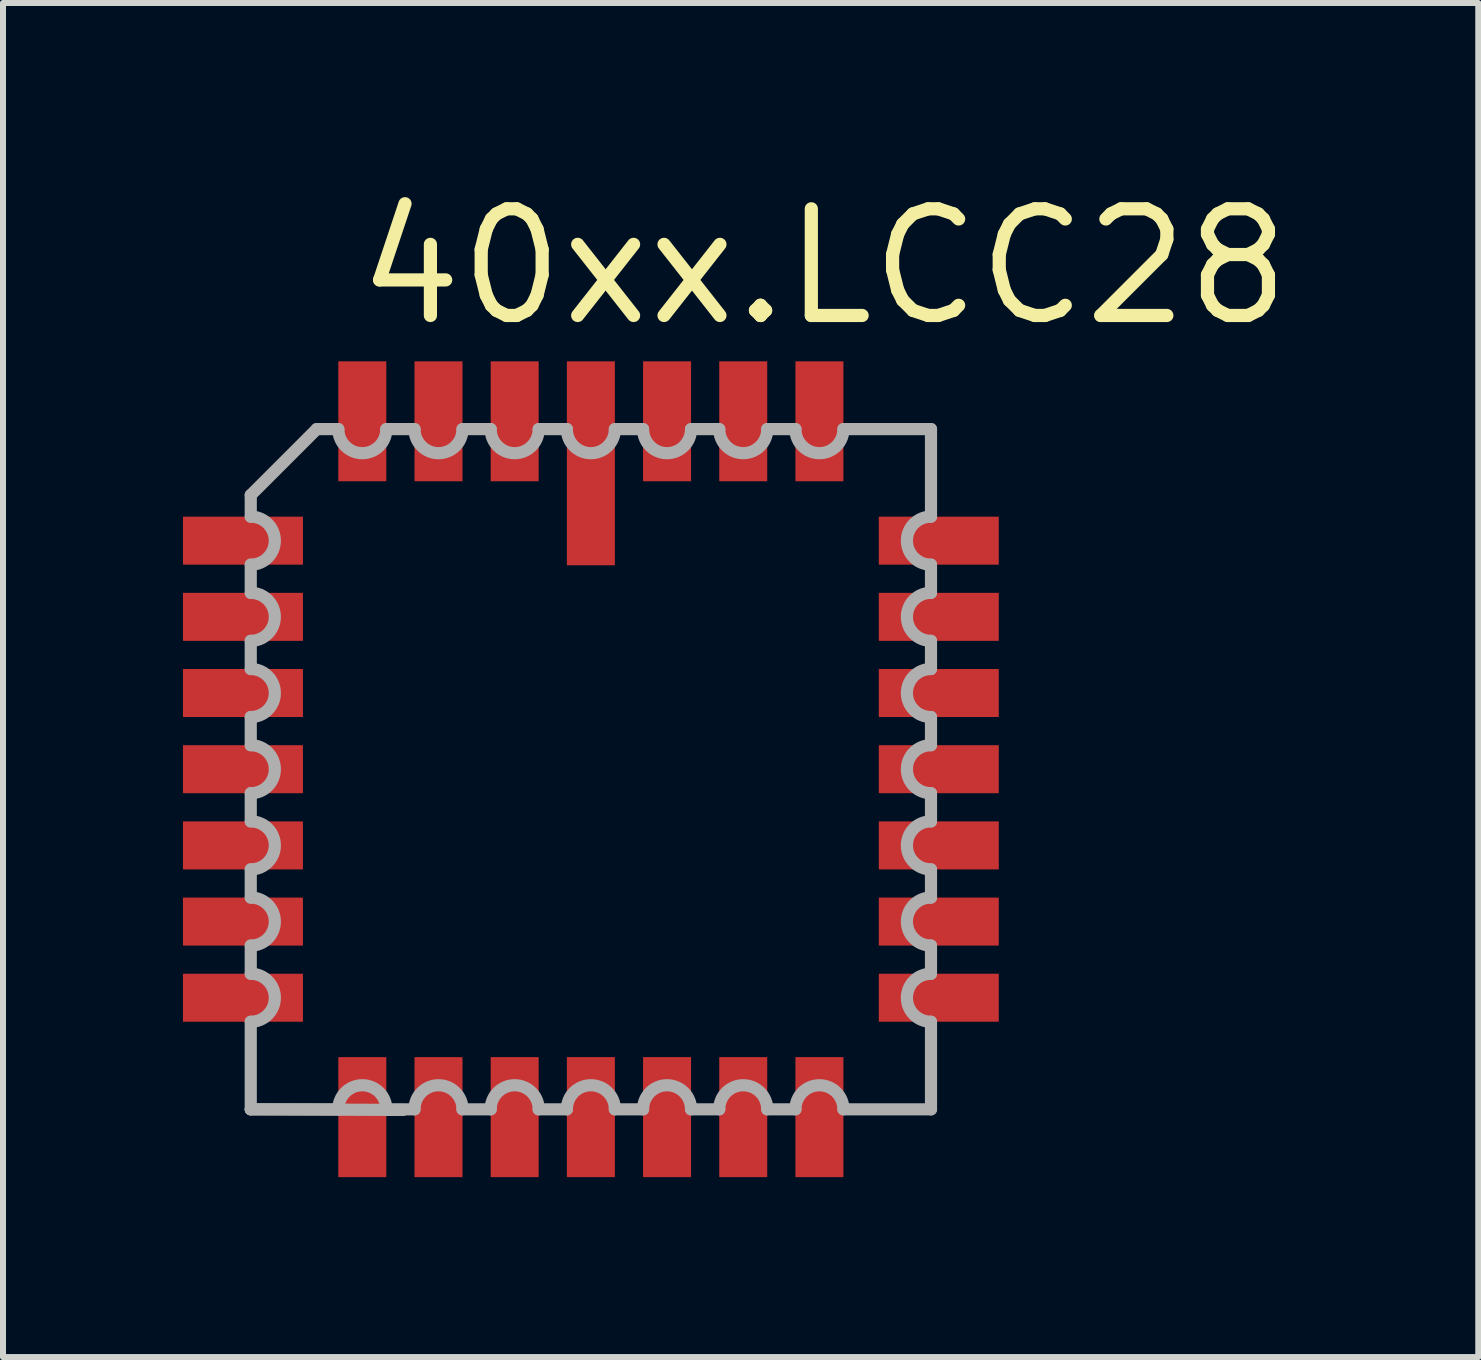
<source format=kicad_pcb>
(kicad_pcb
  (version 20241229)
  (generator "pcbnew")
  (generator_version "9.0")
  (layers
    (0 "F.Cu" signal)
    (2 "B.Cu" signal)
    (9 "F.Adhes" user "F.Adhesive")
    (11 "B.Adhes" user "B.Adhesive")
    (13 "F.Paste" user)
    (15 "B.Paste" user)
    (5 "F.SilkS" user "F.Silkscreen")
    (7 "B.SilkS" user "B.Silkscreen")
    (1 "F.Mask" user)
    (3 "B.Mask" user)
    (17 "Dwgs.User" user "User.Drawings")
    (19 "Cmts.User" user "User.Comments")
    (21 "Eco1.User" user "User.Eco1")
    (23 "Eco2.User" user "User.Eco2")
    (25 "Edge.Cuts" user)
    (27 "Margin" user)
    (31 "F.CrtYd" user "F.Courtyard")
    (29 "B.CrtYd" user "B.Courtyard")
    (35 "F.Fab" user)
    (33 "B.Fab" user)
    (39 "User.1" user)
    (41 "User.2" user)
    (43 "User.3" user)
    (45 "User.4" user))
  (footprint "40xx.LCC28"
    (layer "F.Cu")
    (at 6.8 9.773)
    (property "Reference" "40xx.LCC28" (at -4.005 -7.335 0) (layer "F.SilkS") (effects (font (size 1.778 1.778) (thickness 0.22)) (justify left bottom)))
    (attr smd)
    (fp_line (start -5.67 -4.57) (end -5.67 -4.21) (stroke (width 0.203) (type default)) (layer "F.Fab"))
    (fp_line (start -5.67 -3.41) (end -5.67 -2.94) (stroke (width 0.203) (type default)) (layer "F.Fab"))
    (fp_line (start -5.67 -2.14) (end -5.67 -1.67) (stroke (width 0.203) (type default)) (layer "F.Fab"))
    (fp_line (start -5.67 -0.87) (end -5.67 -0.4) (stroke (width 0.203) (type default)) (layer "F.Fab"))
    (fp_line (start -5.67 0.4) (end -5.67 0.87) (stroke (width 0.203) (type default)) (layer "F.Fab"))
    (fp_line (start -5.67 1.67) (end -5.67 2.14) (stroke (width 0.203) (type default)) (layer "F.Fab"))
    (fp_line (start -5.67 2.94) (end -5.67 3.41) (stroke (width 0.203) (type default)) (layer "F.Fab"))
    (fp_line (start -5.67 4.21) (end -5.67 5.67) (stroke (width 0.203) (type default)) (layer "F.Fab"))
    (fp_line (start -5.67 5.67) (end -4.21 5.67) (stroke (width 0.203) (type default)) (layer "F.Fab"))
    (fp_line (start -5.67 5.67) (end -3.13 5.68) (stroke (width 0.203) (type default)) (layer "F.Fab"))
    (fp_line (start -4.57 -5.67) (end -5.67 -4.57) (stroke (width 0.203) (type default)) (layer "F.Fab"))
    (fp_line (start -4.21 -5.67) (end -4.57 -5.67) (stroke (width 0.203) (type default)) (layer "F.Fab"))
    (fp_line (start -3.41 5.67) (end -2.94 5.67) (stroke (width 0.203) (type default)) (layer "F.Fab"))
    (fp_line (start -2.94 -5.67) (end -3.41 -5.67) (stroke (width 0.203) (type default)) (layer "F.Fab"))
    (fp_line (start -2.14 5.67) (end -1.67 5.67) (stroke (width 0.203) (type default)) (layer "F.Fab"))
    (fp_line (start -1.67 -5.67) (end -2.14 -5.67) (stroke (width 0.203) (type default)) (layer "F.Fab"))
    (fp_line (start -0.87 5.67) (end -0.4 5.67) (stroke (width 0.203) (type default)) (layer "F.Fab"))
    (fp_line (start -0.4 -5.67) (end -0.87 -5.67) (stroke (width 0.203) (type default)) (layer "F.Fab"))
    (fp_line (start 0.4 5.67) (end 0.87 5.67) (stroke (width 0.203) (type default)) (layer "F.Fab"))
    (fp_line (start 0.87 -5.67) (end 0.4 -5.67) (stroke (width 0.203) (type default)) (layer "F.Fab"))
    (fp_line (start 1.67 5.67) (end 2.14 5.67) (stroke (width 0.203) (type default)) (layer "F.Fab"))
    (fp_line (start 2.14 -5.67) (end 1.67 -5.67) (stroke (width 0.203) (type default)) (layer "F.Fab"))
    (fp_line (start 2.94 5.67) (end 3.41 5.67) (stroke (width 0.203) (type default)) (layer "F.Fab"))
    (fp_line (start 3.41 -5.67) (end 2.94 -5.67) (stroke (width 0.203) (type default)) (layer "F.Fab"))
    (fp_line (start 4.21 5.67) (end 5.67 5.67) (stroke (width 0.203) (type default)) (layer "F.Fab"))
    (fp_line (start 5.67 -5.67) (end 4.21 -5.67) (stroke (width 0.203) (type default)) (layer "F.Fab"))
    (fp_line (start 5.67 -4.21) (end 5.67 -5.67) (stroke (width 0.203) (type default)) (layer "F.Fab"))
    (fp_line (start 5.67 -2.94) (end 5.67 -3.41) (stroke (width 0.203) (type default)) (layer "F.Fab"))
    (fp_line (start 5.67 -1.67) (end 5.67 -2.14) (stroke (width 0.203) (type default)) (layer "F.Fab"))
    (fp_line (start 5.67 -0.4) (end 5.67 -0.87) (stroke (width 0.203) (type default)) (layer "F.Fab"))
    (fp_line (start 5.67 0.87) (end 5.67 0.4) (stroke (width 0.203) (type default)) (layer "F.Fab"))
    (fp_line (start 5.67 2.14) (end 5.67 1.67) (stroke (width 0.203) (type default)) (layer "F.Fab"))
    (fp_line (start 5.67 3.41) (end 5.67 2.94) (stroke (width 0.203) (type default)) (layer "F.Fab"))
    (fp_line (start 5.67 5.67) (end 5.67 4.21) (stroke (width 0.203) (type default)) (layer "F.Fab"))
    (fp_arc (start -5.6685 -4.21) (mid -5.2685 -3.81) (end -5.6685 -3.41) (stroke (width 0.2032) (type default)) (layer "F.Fab"))
    (fp_arc (start -5.6685 -2.94) (mid -5.2685 -2.54) (end -5.6685 -2.14) (stroke (width 0.2032) (type default)) (layer "F.Fab"))
    (fp_arc (start -5.6685 -1.67) (mid -5.2685 -1.27) (end -5.6685 -0.87) (stroke (width 0.2032) (type default)) (layer "F.Fab"))
    (fp_arc (start -5.6685 -0.4001) (mid -5.2684 0) (end -5.6685 0.4001) (stroke (width 0.2032) (type default)) (layer "F.Fab"))
    (fp_arc (start -5.6685 0.8699) (mid -5.2684 1.27) (end -5.6685 1.6701) (stroke (width 0.2032) (type default)) (layer "F.Fab"))
    (fp_arc (start -5.6685 2.1399) (mid -5.2684 2.54) (end -5.6685 2.9401) (stroke (width 0.2032) (type default)) (layer "F.Fab"))
    (fp_arc (start -5.6685 3.4099) (mid -5.2684 3.81) (end -5.6685 4.2101) (stroke (width 0.2032) (type default)) (layer "F.Fab"))
    (fp_arc (start -4.2101 5.6685) (mid -3.81 5.2684) (end -3.4099 5.6685) (stroke (width 0.2032) (type default)) (layer "F.Fab"))
    (fp_arc (start -3.4099 -5.6685) (mid -3.81 -5.2684) (end -4.2101 -5.6685) (stroke (width 0.2032) (type default)) (layer "F.Fab"))
    (fp_arc (start -2.9401 5.6685) (mid -2.54 5.2684) (end -2.1399 5.6685) (stroke (width 0.2032) (type default)) (layer "F.Fab"))
    (fp_arc (start -2.1399 -5.6685) (mid -2.54 -5.2684) (end -2.9401 -5.6685) (stroke (width 0.2032) (type default)) (layer "F.Fab"))
    (fp_arc (start -1.6701 5.6685) (mid -1.27 5.2684) (end -0.8699 5.6685) (stroke (width 0.2032) (type default)) (layer "F.Fab"))
    (fp_arc (start -0.8699 -5.6685) (mid -1.27 -5.2684) (end -1.6701 -5.6685) (stroke (width 0.2032) (type default)) (layer "F.Fab"))
    (fp_arc (start -0.4001 5.6685) (mid 0 5.2684) (end 0.4001 5.6685) (stroke (width 0.2032) (type default)) (layer "F.Fab"))
    (fp_arc (start 0.4001 -5.6685) (mid 0 -5.2684) (end -0.4001 -5.6685) (stroke (width 0.2032) (type default)) (layer "F.Fab"))
    (fp_arc (start 0.87 5.6685) (mid 1.27 5.2685) (end 1.67 5.6685) (stroke (width 0.2032) (type default)) (layer "F.Fab"))
    (fp_arc (start 1.67 -5.6685) (mid 1.27 -5.2685) (end 0.87 -5.6685) (stroke (width 0.2032) (type default)) (layer "F.Fab"))
    (fp_arc (start 2.14 5.6685) (mid 2.54 5.2685) (end 2.94 5.6685) (stroke (width 0.2032) (type default)) (layer "F.Fab"))
    (fp_arc (start 2.94 -5.6685) (mid 2.54 -5.2685) (end 2.14 -5.6685) (stroke (width 0.2032) (type default)) (layer "F.Fab"))
    (fp_arc (start 3.41 5.6685) (mid 3.81 5.2685) (end 4.21 5.6685) (stroke (width 0.2032) (type default)) (layer "F.Fab"))
    (fp_arc (start 4.21 -5.6685) (mid 3.81 -5.2685) (end 3.41 -5.6685) (stroke (width 0.2032) (type default)) (layer "F.Fab"))
    (fp_arc (start 5.6685 -3.4099) (mid 5.2684 -3.81) (end 5.6685 -4.2101) (stroke (width 0.2032) (type default)) (layer "F.Fab"))
    (fp_arc (start 5.6685 -2.1399) (mid 5.2684 -2.54) (end 5.6685 -2.9401) (stroke (width 0.2032) (type default)) (layer "F.Fab"))
    (fp_arc (start 5.6685 -0.8699) (mid 5.2684 -1.27) (end 5.6685 -1.6701) (stroke (width 0.2032) (type default)) (layer "F.Fab"))
    (fp_arc (start 5.6685 0.4001) (mid 5.2684 0) (end 5.6685 -0.4001) (stroke (width 0.2032) (type default)) (layer "F.Fab"))
    (fp_arc (start 5.6685 1.67) (mid 5.2685 1.27) (end 5.6685 0.87) (stroke (width 0.2032) (type default)) (layer "F.Fab"))
    (fp_arc (start 5.6685 2.94) (mid 5.2685 2.54) (end 5.6685 2.14) (stroke (width 0.2032) (type default)) (layer "F.Fab"))
    (fp_arc (start 5.6685 4.21) (mid 5.2685 3.81) (end 5.6685 3.41) (stroke (width 0.2032) (type default)) (layer "F.Fab"))
    (pad "1" smd roundrect (at 0 -5.1) (size 0.8 3.4) (layers "F.Cu" "F.Mask" "F.Paste") (roundrect_rratio 0.01))
    (pad "2" smd roundrect (at -1.27 -5.8) (size 0.8 2) (layers "F.Cu" "F.Mask" "F.Paste") (roundrect_rratio 0.01))
    (pad "3" smd roundrect (at -2.54 -5.8) (size 0.8 2) (layers "F.Cu" "F.Mask" "F.Paste") (roundrect_rratio 0.01))
    (pad "4" smd roundrect (at -3.81 -5.8) (size 0.8 2) (layers "F.Cu" "F.Mask" "F.Paste") (roundrect_rratio 0.01))
    (pad "5" smd roundrect (at -5.8 -3.81) (size 2 0.8) (layers "F.Cu" "F.Mask" "F.Paste") (roundrect_rratio 0.01))
    (pad "6" smd roundrect (at -5.8 -2.54) (size 2 0.8) (layers "F.Cu" "F.Mask" "F.Paste") (roundrect_rratio 0.01))
    (pad "7" smd roundrect (at -5.8 -1.27) (size 2 0.8) (layers "F.Cu" "F.Mask" "F.Paste") (roundrect_rratio 0.01))
    (pad "8" smd roundrect (at -5.8 0) (size 2 0.8) (layers "F.Cu" "F.Mask" "F.Paste") (roundrect_rratio 0.01))
    (pad "9" smd roundrect (at -5.8 1.27) (size 2 0.8) (layers "F.Cu" "F.Mask" "F.Paste") (roundrect_rratio 0.01))
    (pad "10" smd roundrect (at -5.8 2.54) (size 2 0.8) (layers "F.Cu" "F.Mask" "F.Paste") (roundrect_rratio 0.01))
    (pad "11" smd roundrect (at -5.8 3.81) (size 2 0.8) (layers "F.Cu" "F.Mask" "F.Paste") (roundrect_rratio 0.01))
    (pad "12" smd roundrect (at -3.81 5.8) (size 0.8 2) (layers "F.Cu" "F.Mask" "F.Paste") (roundrect_rratio 0.01))
    (pad "13" smd roundrect (at -2.54 5.8) (size 0.8 2) (layers "F.Cu" "F.Mask" "F.Paste") (roundrect_rratio 0.01))
    (pad "14" smd roundrect (at -1.27 5.8) (size 0.8 2) (layers "F.Cu" "F.Mask" "F.Paste") (roundrect_rratio 0.01))
    (pad "15" smd roundrect (at 0 5.8) (size 0.8 2) (layers "F.Cu" "F.Mask" "F.Paste") (roundrect_rratio 0.01))
    (pad "16" smd roundrect (at 1.27 5.8) (size 0.8 2) (layers "F.Cu" "F.Mask" "F.Paste") (roundrect_rratio 0.01))
    (pad "17" smd roundrect (at 2.54 5.8) (size 0.8 2) (layers "F.Cu" "F.Mask" "F.Paste") (roundrect_rratio 0.01))
    (pad "18" smd roundrect (at 3.81 5.8) (size 0.8 2) (layers "F.Cu" "F.Mask" "F.Paste") (roundrect_rratio 0.01))
    (pad "19" smd roundrect (at 5.8 3.81) (size 2 0.8) (layers "F.Cu" "F.Mask" "F.Paste") (roundrect_rratio 0.01))
    (pad "20" smd roundrect (at 5.8 2.54) (size 2 0.8) (layers "F.Cu" "F.Mask" "F.Paste") (roundrect_rratio 0.01))
    (pad "21" smd roundrect (at 5.8 1.27) (size 2 0.8) (layers "F.Cu" "F.Mask" "F.Paste") (roundrect_rratio 0.01))
    (pad "22" smd roundrect (at 5.8 0) (size 2 0.8) (layers "F.Cu" "F.Mask" "F.Paste") (roundrect_rratio 0.01))
    (pad "23" smd roundrect (at 5.8 -1.27) (size 2 0.8) (layers "F.Cu" "F.Mask" "F.Paste") (roundrect_rratio 0.01))
    (pad "24" smd roundrect (at 5.8 -2.54) (size 2 0.8) (layers "F.Cu" "F.Mask" "F.Paste") (roundrect_rratio 0.01))
    (pad "25" smd roundrect (at 5.8 -3.81) (size 2 0.8) (layers "F.Cu" "F.Mask" "F.Paste") (roundrect_rratio 0.01))
    (pad "26" smd roundrect (at 3.81 -5.8) (size 0.8 2) (layers "F.Cu" "F.Mask" "F.Paste") (roundrect_rratio 0.01))
    (pad "27" smd roundrect (at 2.54 -5.8) (size 0.8 2) (layers "F.Cu" "F.Mask" "F.Paste") (roundrect_rratio 0.01))
    (pad "28" smd roundrect (at 1.27 -5.8) (size 0.8 2) (layers "F.Cu" "F.Mask" "F.Paste") (roundrect_rratio 0.01)))
  (gr_rect
    (start -3 -3)
    (end 21.593 19.573)
    (stroke (width 0.1) (type default))
    (fill no)
    (layer "Edge.Cuts")))
</source>
